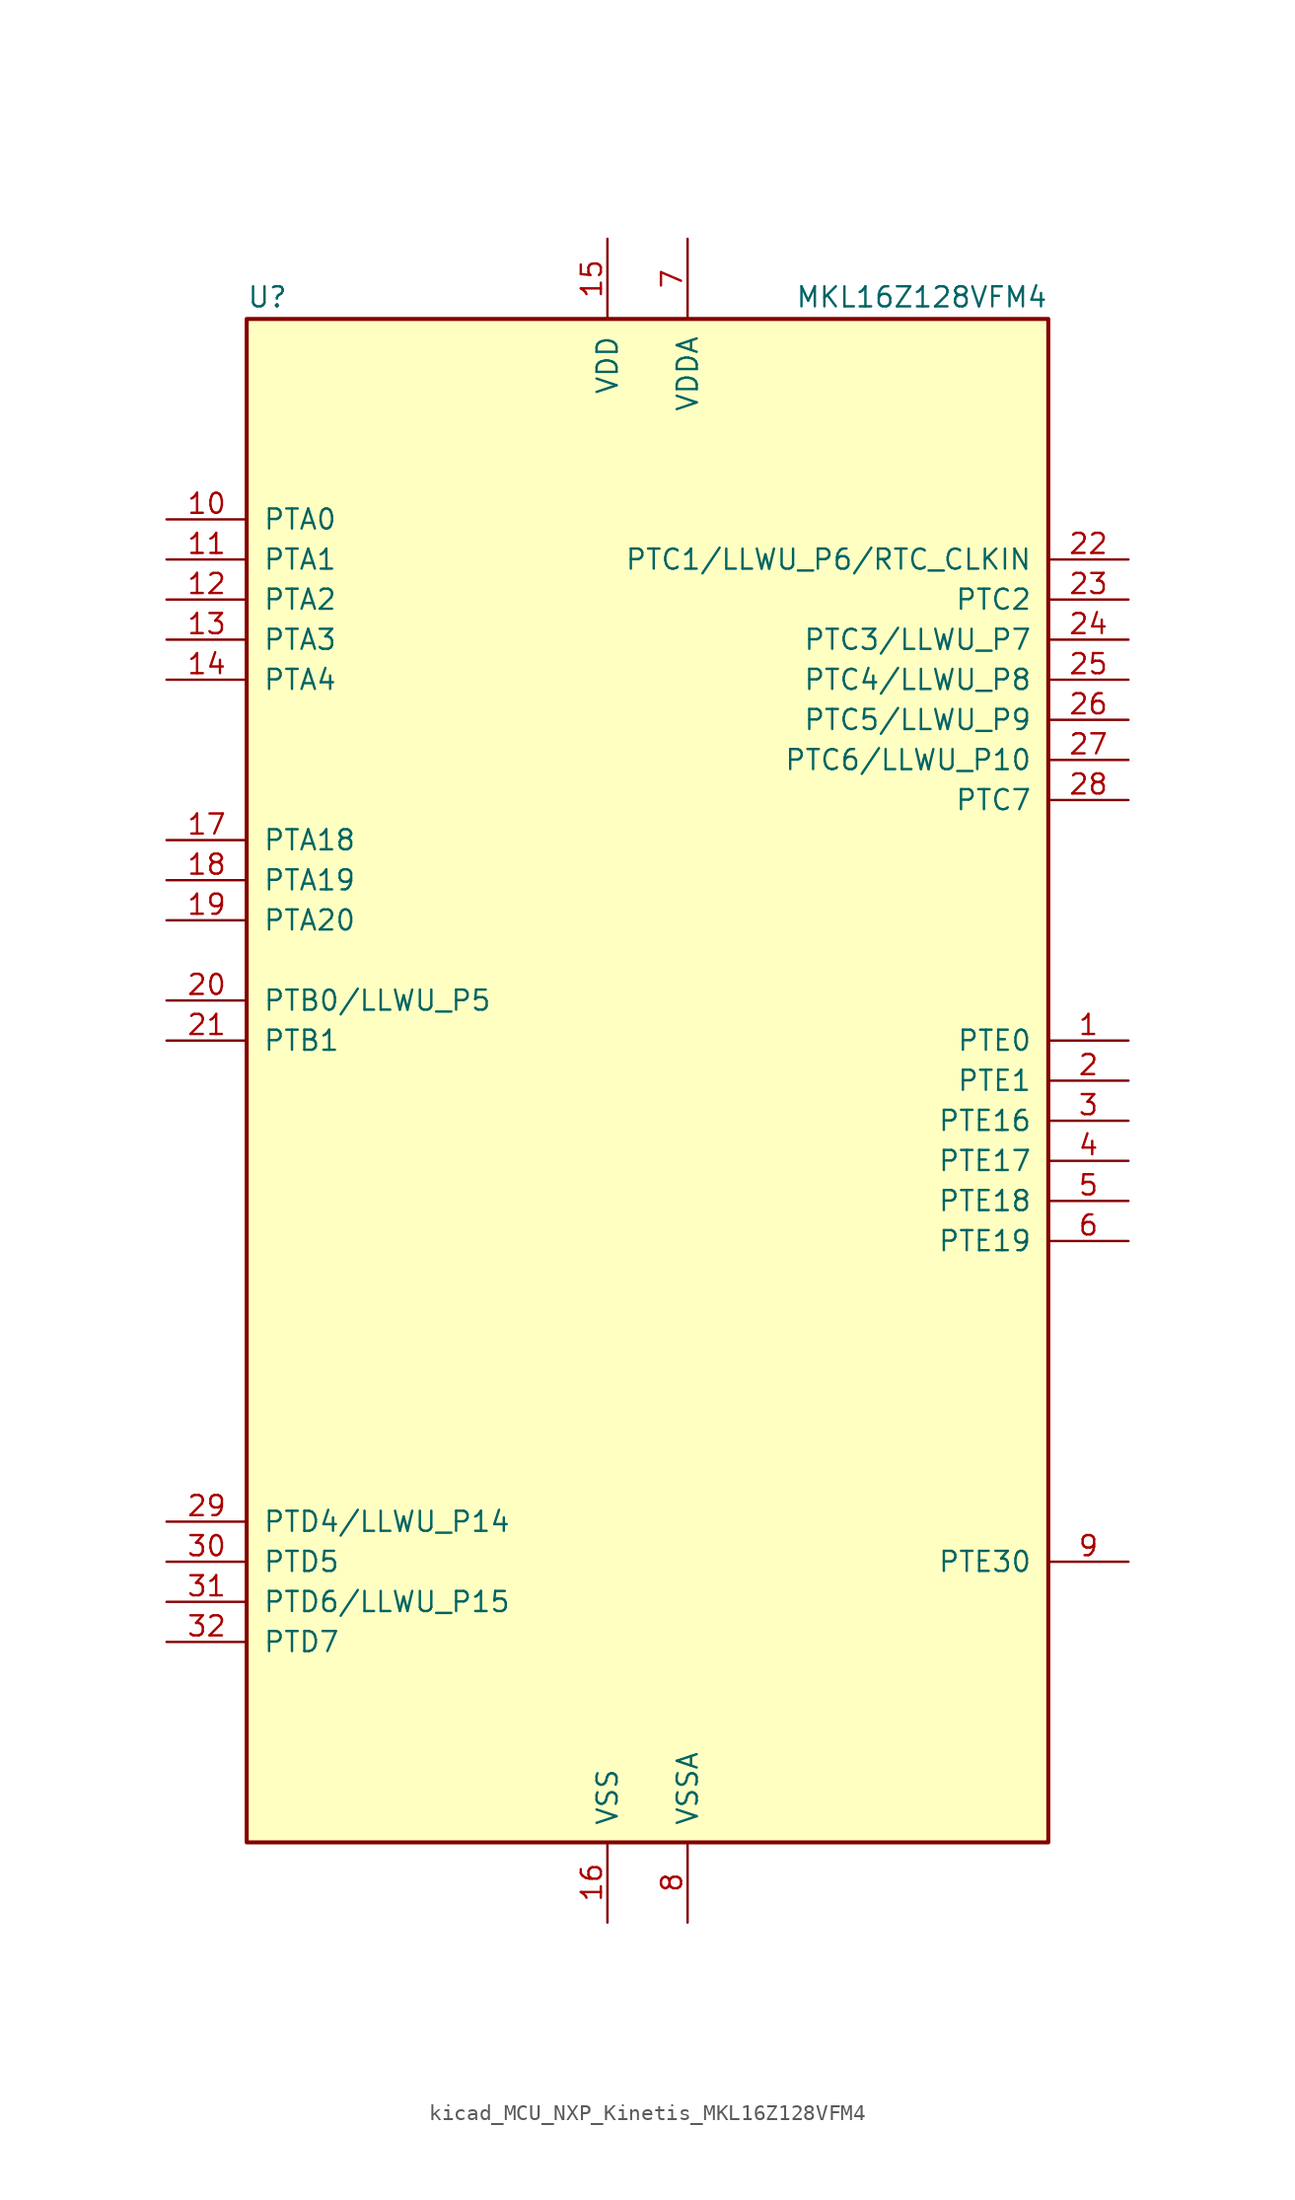
<source format=kicad_sym>
(kicad_symbol_lib
  (version 20220914)
  (generator kicad_symbol_editor)
  (symbol "kicad_MCU_NXP_Kinetis_MKL16Z128VFM4"
    (pin_names
      (offset 1.016))
    (property "Reference" "U"
      (at -25.4 48.895 0)
      (effects (font (size 1.27 1.27)) (justify left bottom)))
    (property "Value" "MKL16Z128VFM4"
      (at 25.4 48.895 0)
      (effects (font (size 1.27 1.27)) (justify right bottom)))
    (symbol "kicad_MCU_NXP_Kinetis_MKL16Z128VFM4_0_1"
      (rectangle (start -25.4 48.26) (end 25.4 -48.26) (stroke (width 0.254) (type default)) (fill (type background))))
    (symbol "kicad_MCU_NXP_Kinetis_MKL16Z128VFM4_1_1"
      (pin bidirectional line (at 30.48 2.54 180) (length 5.08) (name "PTE0" (effects (font (size 1.27 1.27)))) (number "1" (effects (font (size 1.27 1.27)))))
      (pin bidirectional line (at -30.48 35.56 0) (length 5.08) (name "PTA0" (effects (font (size 1.27 1.27)))) (number "10" (effects (font (size 1.27 1.27)))))
      (pin bidirectional line (at -30.48 33.02 0) (length 5.08) (name "PTA1" (effects (font (size 1.27 1.27)))) (number "11" (effects (font (size 1.27 1.27)))))
      (pin bidirectional line (at -30.48 30.48 0) (length 5.08) (name "PTA2" (effects (font (size 1.27 1.27)))) (number "12" (effects (font (size 1.27 1.27)))))
      (pin bidirectional line (at -30.48 27.94 0) (length 5.08) (name "PTA3" (effects (font (size 1.27 1.27)))) (number "13" (effects (font (size 1.27 1.27)))))
      (pin bidirectional line (at -30.48 25.4 0) (length 5.08) (name "PTA4" (effects (font (size 1.27 1.27)))) (number "14" (effects (font (size 1.27 1.27)))))
      (pin power_in line (at -2.54 53.34 270) (length 5.08) (name "VDD" (effects (font (size 1.27 1.27)))) (number "15" (effects (font (size 1.27 1.27)))))
      (pin power_in line (at -2.54 -53.34 90) (length 5.08) (name "VSS" (effects (font (size 1.27 1.27)))) (number "16" (effects (font (size 1.27 1.27)))))
      (pin bidirectional line (at -30.48 15.24 0) (length 5.08) (name "PTA18" (effects (font (size 1.27 1.27)))) (number "17" (effects (font (size 1.27 1.27)))))
      (pin bidirectional line (at -30.48 12.7 0) (length 5.08) (name "PTA19" (effects (font (size 1.27 1.27)))) (number "18" (effects (font (size 1.27 1.27)))))
      (pin bidirectional line (at -30.48 10.16 0) (length 5.08) (name "PTA20" (effects (font (size 1.27 1.27)))) (number "19" (effects (font (size 1.27 1.27)))))
      (pin bidirectional line (at 30.48 0 180) (length 5.08) (name "PTE1" (effects (font (size 1.27 1.27)))) (number "2" (effects (font (size 1.27 1.27)))))
      (pin bidirectional line (at -30.48 5.08 0) (length 5.08) (name "PTB0/LLWU_P5" (effects (font (size 1.27 1.27)))) (number "20" (effects (font (size 1.27 1.27)))))
      (pin bidirectional line (at -30.48 2.54 0) (length 5.08) (name "PTB1" (effects (font (size 1.27 1.27)))) (number "21" (effects (font (size 1.27 1.27)))))
      (pin bidirectional line (at 30.48 33.02 180) (length 5.08) (name "PTC1/LLWU_P6/RTC_CLKIN" (effects (font (size 1.27 1.27)))) (number "22" (effects (font (size 1.27 1.27)))))
      (pin bidirectional line (at 30.48 30.48 180) (length 5.08) (name "PTC2" (effects (font (size 1.27 1.27)))) (number "23" (effects (font (size 1.27 1.27)))))
      (pin bidirectional line (at 30.48 27.94 180) (length 5.08) (name "PTC3/LLWU_P7" (effects (font (size 1.27 1.27)))) (number "24" (effects (font (size 1.27 1.27)))))
      (pin bidirectional line (at 30.48 25.4 180) (length 5.08) (name "PTC4/LLWU_P8" (effects (font (size 1.27 1.27)))) (number "25" (effects (font (size 1.27 1.27)))))
      (pin bidirectional line (at 30.48 22.86 180) (length 5.08) (name "PTC5/LLWU_P9" (effects (font (size 1.27 1.27)))) (number "26" (effects (font (size 1.27 1.27)))))
      (pin bidirectional line (at 30.48 20.32 180) (length 5.08) (name "PTC6/LLWU_P10" (effects (font (size 1.27 1.27)))) (number "27" (effects (font (size 1.27 1.27)))))
      (pin bidirectional line (at 30.48 17.78 180) (length 5.08) (name "PTC7" (effects (font (size 1.27 1.27)))) (number "28" (effects (font (size 1.27 1.27)))))
      (pin bidirectional line (at -30.48 -27.94 0) (length 5.08) (name "PTD4/LLWU_P14" (effects (font (size 1.27 1.27)))) (number "29" (effects (font (size 1.27 1.27)))))
      (pin bidirectional line (at 30.48 -2.54 180) (length 5.08) (name "PTE16" (effects (font (size 1.27 1.27)))) (number "3" (effects (font (size 1.27 1.27)))))
      (pin bidirectional line (at -30.48 -30.48 0) (length 5.08) (name "PTD5" (effects (font (size 1.27 1.27)))) (number "30" (effects (font (size 1.27 1.27)))))
      (pin bidirectional line (at -30.48 -33.02 0) (length 5.08) (name "PTD6/LLWU_P15" (effects (font (size 1.27 1.27)))) (number "31" (effects (font (size 1.27 1.27)))))
      (pin bidirectional line (at -30.48 -35.56 0) (length 5.08) (name "PTD7" (effects (font (size 1.27 1.27)))) (number "32" (effects (font (size 1.27 1.27)))))
      (pin bidirectional line (at 30.48 -5.08 180) (length 5.08) (name "PTE17" (effects (font (size 1.27 1.27)))) (number "4" (effects (font (size 1.27 1.27)))))
      (pin bidirectional line (at 30.48 -7.62 180) (length 5.08) (name "PTE18" (effects (font (size 1.27 1.27)))) (number "5" (effects (font (size 1.27 1.27)))))
      (pin bidirectional line (at 30.48 -10.16 180) (length 5.08) (name "PTE19" (effects (font (size 1.27 1.27)))) (number "6" (effects (font (size 1.27 1.27)))))
      (pin power_in line (at 2.54 53.34 270) (length 5.08) (name "VDDA" (effects (font (size 1.27 1.27)))) (number "7" (effects (font (size 1.27 1.27)))))
      (pin power_in line (at 2.54 -53.34 90) (length 5.08) (name "VSSA" (effects (font (size 1.27 1.27)))) (number "8" (effects (font (size 1.27 1.27)))))
      (pin bidirectional line (at 30.48 -30.48 180) (length 5.08) (name "PTE30" (effects (font (size 1.27 1.27)))) (number "9" (effects (font (size 1.27 1.27))))))))
</source>
